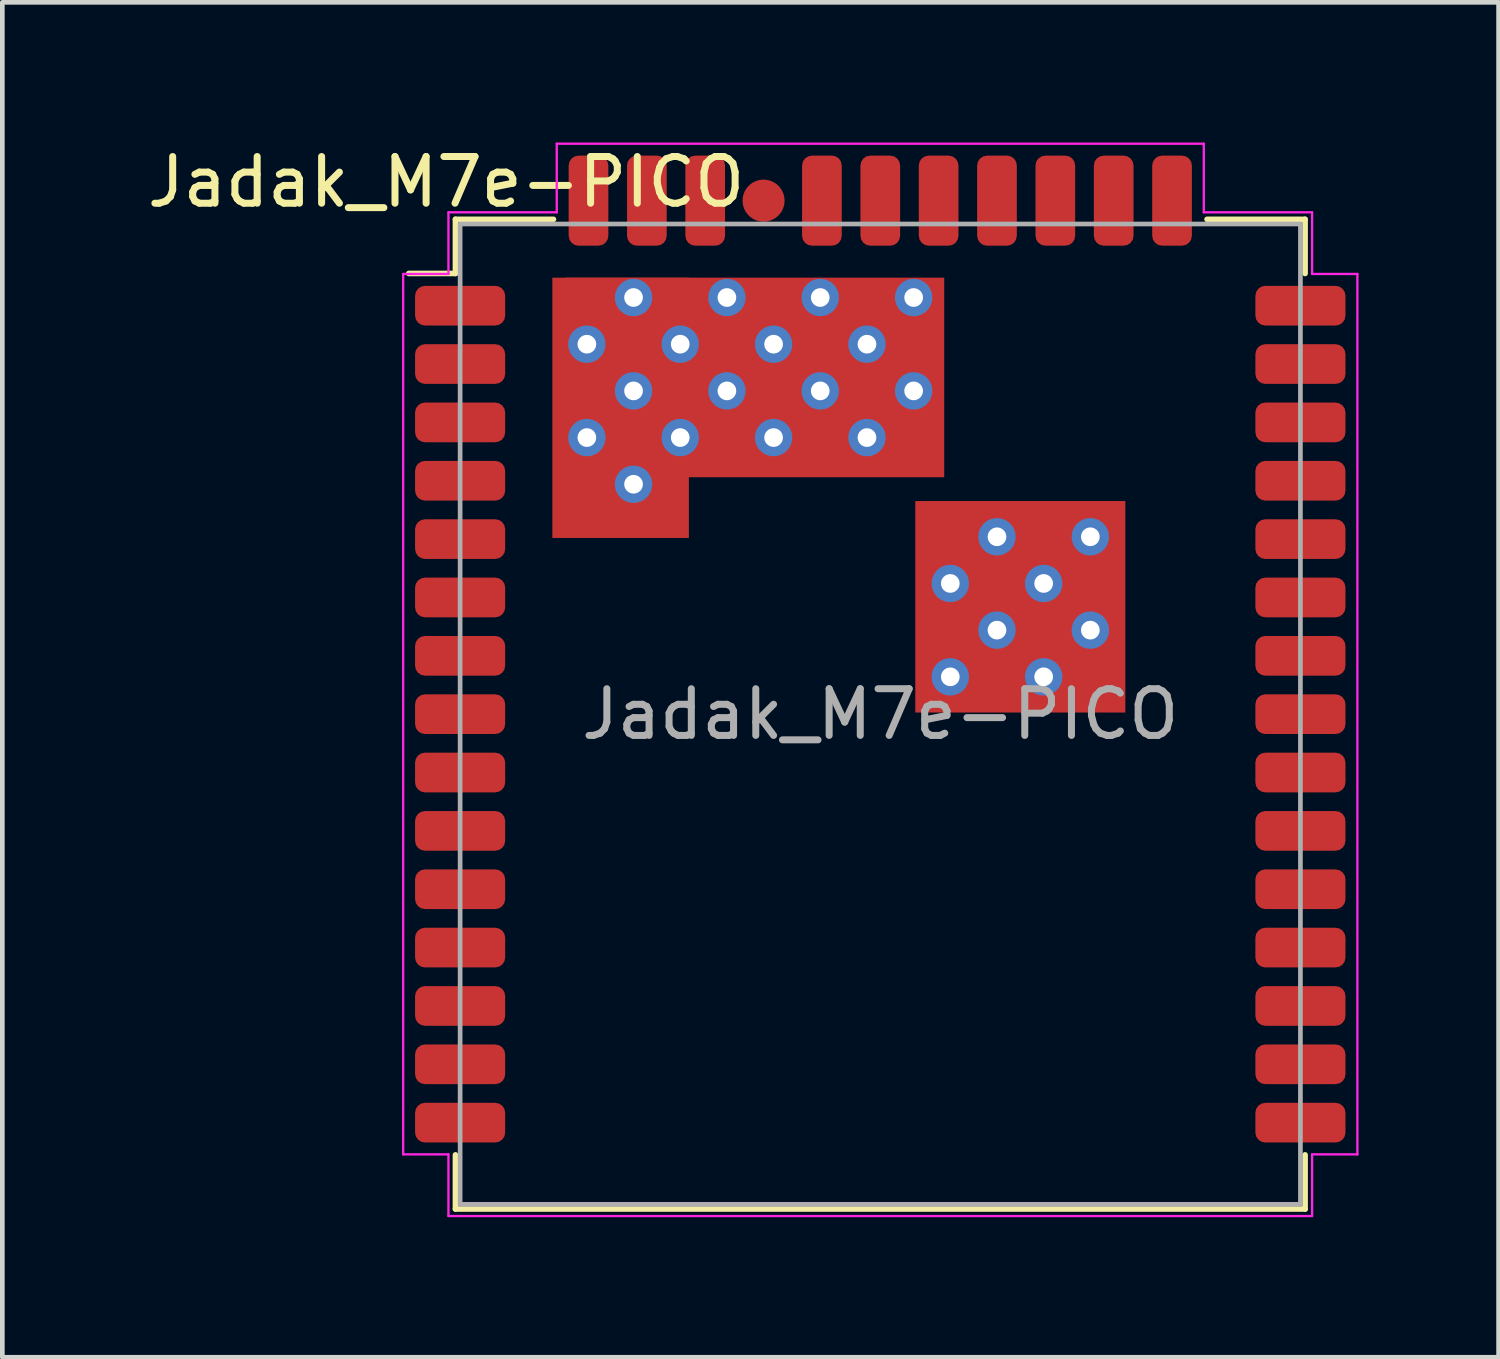
<source format=kicad_pcb>
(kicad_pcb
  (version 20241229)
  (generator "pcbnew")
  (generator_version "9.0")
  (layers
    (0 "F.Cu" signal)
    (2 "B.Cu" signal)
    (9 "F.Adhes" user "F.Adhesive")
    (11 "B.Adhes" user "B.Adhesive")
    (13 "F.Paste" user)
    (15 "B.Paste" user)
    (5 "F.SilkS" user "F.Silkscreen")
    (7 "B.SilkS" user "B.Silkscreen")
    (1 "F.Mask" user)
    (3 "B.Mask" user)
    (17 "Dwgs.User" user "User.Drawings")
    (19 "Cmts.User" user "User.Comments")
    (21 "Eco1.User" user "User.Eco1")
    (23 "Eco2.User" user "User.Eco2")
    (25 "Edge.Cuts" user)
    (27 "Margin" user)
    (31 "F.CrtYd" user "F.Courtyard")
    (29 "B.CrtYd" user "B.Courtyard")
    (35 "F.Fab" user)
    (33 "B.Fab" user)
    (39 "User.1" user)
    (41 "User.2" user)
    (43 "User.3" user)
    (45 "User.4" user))
  (footprint "Jadak_M7e-PICO"
    (layer "F.Cu")
    (at 15.806 12.248)
    (property "Reference" "Jadak_M7e-PICO" (at -9.3 -11.4 0) (unlocked yes) (layer "F.SilkS") (effects (font (size 1 1) (thickness 0.15))))
    (attr smd)
    (fp_line (start -9.1 -10.6) (end -9.1 -9.44) (stroke (width 0.12) (type solid)) (layer "F.SilkS"))
    (fp_line (start -9.1 -9.44) (end -10.1 -9.44) (stroke (width 0.12) (type solid)) (layer "F.SilkS"))
    (fp_line (start -9.1 10.6) (end -9.1 9.44) (stroke (width 0.12) (type solid)) (layer "F.SilkS"))
    (fp_line (start -7 -10.6) (end -9.1 -10.6) (stroke (width 0.12) (type solid)) (layer "F.SilkS"))
    (fp_line (start 7 -10.6) (end 9.1 -10.6) (stroke (width 0.12) (type solid)) (layer "F.SilkS"))
    (fp_line (start 9.1 -10.6) (end 9.1 -9.44) (stroke (width 0.12) (type solid)) (layer "F.SilkS"))
    (fp_line (start 9.1 10.6) (end -9.1 10.6) (stroke (width 0.12) (type solid)) (layer "F.SilkS"))
    (fp_line (start 9.1 10.6) (end 9.1 9.44) (stroke (width 0.12) (type solid)) (layer "F.SilkS"))
    (fp_line (start -10.22 9.43) (end -10.22 -9.43) (stroke (width 0.05) (type solid)) (layer "F.CrtYd"))
    (fp_line (start -10.22 9.43) (end -9.25 9.43) (stroke (width 0.05) (type solid)) (layer "F.CrtYd"))
    (fp_line (start -9.25 -10.75) (end -9.25 -9.43) (stroke (width 0.05) (type solid)) (layer "F.CrtYd"))
    (fp_line (start -9.25 -10.75) (end -6.93 -10.75) (stroke (width 0.05) (type solid)) (layer "F.CrtYd"))
    (fp_line (start -9.25 -9.43) (end -10.22 -9.43) (stroke (width 0.05) (type solid)) (layer "F.CrtYd"))
    (fp_line (start -9.25 9.43) (end -9.25 10.75) (stroke (width 0.05) (type solid)) (layer "F.CrtYd"))
    (fp_line (start -9.25 10.75) (end 9.25 10.75) (stroke (width 0.05) (type solid)) (layer "F.CrtYd"))
    (fp_line (start -6.93 -10.75) (end -6.93 -12.22) (stroke (width 0.05) (type solid)) (layer "F.CrtYd"))
    (fp_line (start 6.93 -12.22) (end -6.93 -12.22) (stroke (width 0.05) (type solid)) (layer "F.CrtYd"))
    (fp_line (start 6.93 -10.75) (end 6.93 -12.22) (stroke (width 0.05) (type solid)) (layer "F.CrtYd"))
    (fp_line (start 6.93 -10.75) (end 9.25 -10.75) (stroke (width 0.05) (type solid)) (layer "F.CrtYd"))
    (fp_line (start 9.25 -10.75) (end 9.25 -9.43) (stroke (width 0.05) (type solid)) (layer "F.CrtYd"))
    (fp_line (start 9.25 -9.43) (end 10.22 -9.43) (stroke (width 0.05) (type solid)) (layer "F.CrtYd"))
    (fp_line (start 9.25 9.43) (end 9.25 10.75) (stroke (width 0.05) (type solid)) (layer "F.CrtYd"))
    (fp_line (start 10.22 -9.43) (end 10.22 9.43) (stroke (width 0.05) (type solid)) (layer "F.CrtYd"))
    (fp_line (start 10.22 9.43) (end 9.25 9.43) (stroke (width 0.05) (type solid)) (layer "F.CrtYd"))
    (fp_rect (start -9 -10.5) (end 9 10.5) (stroke (width 0.1) (type solid)) (fill no) (layer "F.Fab"))
    (fp_text user "${REFERENCE}" (at 0 0 0) (unlocked yes) (layer "F.Fab") (effects (font (size 1 1) (thickness 0.15))))
    (pad "" smd roundrect (at -6.285 -8.825) (size 0.95 0.75) (layers "F.Paste") (roundrect_rratio 0.25))
    (pad "" smd roundrect (at -6.285 -6.925) (size 0.95 0.95) (layers "F.Paste") (roundrect_rratio 0.25))
    (pad "" smd roundrect (at -6.285 -4.925) (size 0.95 0.95) (layers "F.Paste") (roundrect_rratio 0.25))
    (pad "" smd roundrect (at -6.285 -4.4) (size 0.95 0.95) (layers "F.Paste") (roundrect_rratio 0.25))
    (pad "" smd roundrect (at -5.563 -4.162) (size 2.395 0.475) (layers "F.Paste") (roundrect_rratio 0.5))
    (pad "" smd roundrect (at -5.285 -7.925) (size 0.95 0.95) (layers "F.Paste") (roundrect_rratio 0.25))
    (pad "" smd roundrect (at -5.285 -5.925) (size 0.95 0.95) (layers "F.Paste") (roundrect_rratio 0.25))
    (pad "" smd roundrect (at -4.563 -4.662) (size 0.395 1.475) (layers "F.Paste") (roundrect_rratio 0.5))
    (pad "" smd roundrect (at -4.285 -8.825) (size 0.95 0.75) (layers "F.Paste") (roundrect_rratio 0.25))
    (pad "" smd roundrect (at -4.285 -6.925) (size 0.95 0.95) (layers "F.Paste") (roundrect_rratio 0.25))
    (pad "" smd roundrect (at -3.285 -7.925) (size 0.95 0.95) (layers "F.Paste") (roundrect_rratio 0.25))
    (pad "" smd roundrect (at -3.285 -5.925) (size 0.95 0.95) (layers "F.Paste") (roundrect_rratio 0.25))
    (pad "" smd roundrect (at -2.285 -8.825) (size 0.95 0.75) (layers "F.Paste") (roundrect_rratio 0.25))
    (pad "" smd roundrect (at -2.285 -6.925) (size 0.95 0.95) (layers "F.Paste") (roundrect_rratio 0.25))
    (pad "" smd roundrect (at -1.286 -7.925) (size 0.95 0.95) (layers "F.Paste") (roundrect_rratio 0.25))
    (pad "" smd roundrect (at -1.286 -5.925) (size 0.95 0.95) (layers "F.Paste") (roundrect_rratio 0.25))
    (pad "" smd roundrect (at -0.285 -8.825) (size 0.95 0.75) (layers "F.Paste") (roundrect_rratio 0.25))
    (pad "" smd roundrect (at -0.285 -6.925) (size 0.95 0.95) (layers "F.Paste") (roundrect_rratio 0.25))
    (pad "" smd roundrect (at 0.715 -7.925) (size 0.95 0.95) (layers "F.Paste") (roundrect_rratio 0.25))
    (pad "" smd roundrect (at 0.715 -5.925) (size 0.95 0.95) (layers "F.Paste") (roundrect_rratio 0.25))
    (pad "" smd roundrect (at 1.5 -3.8) (size 0.95 0.95) (layers "F.Paste") (roundrect_rratio 0.25))
    (pad "" smd roundrect (at 1.5 -1.8) (size 0.95 0.95) (layers "F.Paste") (roundrect_rratio 0.25))
    (pad "" smd roundrect (at 2.5 -2.8) (size 0.95 0.95) (layers "F.Paste") (roundrect_rratio 0.25))
    (pad "" smd roundrect (at 2.5 -0.8) (size 0.95 0.95) (layers "F.Paste") (roundrect_rratio 0.25))
    (pad "" smd roundrect (at 3.5 -3.8) (size 0.95 0.95) (layers "F.Paste") (roundrect_rratio 0.25))
    (pad "" smd roundrect (at 3.5 -1.8) (size 0.95 0.95) (layers "F.Paste") (roundrect_rratio 0.25))
    (pad "" smd roundrect (at 4.5 -2.8) (size 0.95 0.95) (layers "F.Paste") (roundrect_rratio 0.25))
    (pad "" smd roundrect (at 4.5 -0.8) (size 0.95 0.95) (layers "F.Paste") (roundrect_rratio 0.25))
    (pad "1" smd roundrect (at -9 -8.75) (size 1.93 0.85) (layers "F.Cu" "F.Mask" "F.Paste") (roundrect_rratio 0.25))
    (pad "2" smd roundrect (at -9 -7.5) (size 1.93 0.85) (layers "F.Cu" "F.Mask" "F.Paste") (roundrect_rratio 0.25))
    (pad "3" smd roundrect (at -9 -6.25) (size 1.93 0.85) (layers "F.Cu" "F.Mask" "F.Paste") (roundrect_rratio 0.25))
    (pad "4" smd roundrect (at -9 -5) (size 1.93 0.85) (layers "F.Cu" "F.Mask" "F.Paste") (roundrect_rratio 0.25))
    (pad "5" smd roundrect (at -9 -3.75) (size 1.93 0.85) (layers "F.Cu" "F.Mask" "F.Paste") (roundrect_rratio 0.25))
    (pad "6" smd roundrect (at -9 -2.5) (size 1.93 0.85) (layers "F.Cu" "F.Mask" "F.Paste") (roundrect_rratio 0.25))
    (pad "7" smd roundrect (at -9 -1.25) (size 1.93 0.85) (layers "F.Cu" "F.Mask" "F.Paste") (roundrect_rratio 0.25))
    (pad "8" smd roundrect (at -9 0) (size 1.93 0.85) (layers "F.Cu" "F.Mask" "F.Paste") (roundrect_rratio 0.25))
    (pad "9" smd roundrect (at -9 1.25) (size 1.93 0.85) (layers "F.Cu" "F.Mask" "F.Paste") (roundrect_rratio 0.25))
    (pad "10" smd roundrect (at -9 2.5) (size 1.93 0.85) (layers "F.Cu" "F.Mask" "F.Paste") (roundrect_rratio 0.25))
    (pad "11" smd roundrect (at -9 3.75) (size 1.93 0.85) (layers "F.Cu" "F.Mask" "F.Paste") (roundrect_rratio 0.25))
    (pad "12" smd roundrect (at -9 5) (size 1.93 0.85) (layers "F.Cu" "F.Mask" "F.Paste") (roundrect_rratio 0.25))
    (pad "13" smd roundrect (at -9 6.25) (size 1.93 0.85) (layers "F.Cu" "F.Mask" "F.Paste") (roundrect_rratio 0.25))
    (pad "14" smd roundrect (at -9 7.5) (size 1.93 0.85) (layers "F.Cu" "F.Mask" "F.Paste") (roundrect_rratio 0.25))
    (pad "15" smd roundrect (at -9 8.75) (size 1.93 0.85) (layers "F.Cu" "F.Mask" "F.Paste") (roundrect_rratio 0.25))
    (pad "16" smd roundrect (at 9 8.75) (size 1.93 0.85) (layers "F.Cu" "F.Mask" "F.Paste") (roundrect_rratio 0.25))
    (pad "17" smd roundrect (at 9 7.5) (size 1.93 0.85) (layers "F.Cu" "F.Mask" "F.Paste") (roundrect_rratio 0.25))
    (pad "18" smd roundrect (at 9 6.25) (size 1.93 0.85) (layers "F.Cu" "F.Mask" "F.Paste") (roundrect_rratio 0.25))
    (pad "19" smd roundrect (at 9 5) (size 1.93 0.85) (layers "F.Cu" "F.Mask" "F.Paste") (roundrect_rratio 0.25))
    (pad "20" smd roundrect (at 9 3.75) (size 1.93 0.85) (layers "F.Cu" "F.Mask" "F.Paste") (roundrect_rratio 0.25))
    (pad "21" smd roundrect (at 9 2.5) (size 1.93 0.85) (layers "F.Cu" "F.Mask" "F.Paste") (roundrect_rratio 0.25))
    (pad "22" smd roundrect (at 9 1.25) (size 1.93 0.85) (layers "F.Cu" "F.Mask" "F.Paste") (roundrect_rratio 0.25))
    (pad "23" smd roundrect (at 9 0) (size 1.93 0.85) (layers "F.Cu" "F.Mask" "F.Paste") (roundrect_rratio 0.25))
    (pad "24" smd roundrect (at 9 -1.25) (size 1.93 0.85) (layers "F.Cu" "F.Mask" "F.Paste") (roundrect_rratio 0.25))
    (pad "25" smd roundrect (at 9 -2.5) (size 1.93 0.85) (layers "F.Cu" "F.Mask" "F.Paste") (roundrect_rratio 0.25))
    (pad "26" smd roundrect (at 9 -3.75) (size 1.93 0.85) (layers "F.Cu" "F.Mask" "F.Paste") (roundrect_rratio 0.25))
    (pad "27" smd roundrect (at 9 -5) (size 1.93 0.85) (layers "F.Cu" "F.Mask" "F.Paste") (roundrect_rratio 0.25))
    (pad "28" smd roundrect (at 9 -6.25) (size 1.93 0.85) (layers "F.Cu" "F.Mask" "F.Paste") (roundrect_rratio 0.25))
    (pad "29" smd roundrect (at 9 -7.5) (size 1.93 0.85) (layers "F.Cu" "F.Mask" "F.Paste") (roundrect_rratio 0.25))
    (pad "30" smd roundrect (at 9 -8.75) (size 1.93 0.85) (layers "F.Cu" "F.Mask" "F.Paste") (roundrect_rratio 0.25))
    (pad "31" smd roundrect (at 6.25 -11 90) (size 1.93 0.85) (layers "F.Cu" "F.Mask" "F.Paste") (roundrect_rratio 0.25))
    (pad "32" smd roundrect (at 5 -11 90) (size 1.93 0.85) (layers "F.Cu" "F.Mask" "F.Paste") (roundrect_rratio 0.25))
    (pad "33" smd roundrect (at 3.75 -11 90) (size 1.93 0.85) (layers "F.Cu" "F.Mask" "F.Paste") (roundrect_rratio 0.25))
    (pad "34" smd roundrect (at 2.5 -11 90) (size 1.93 0.85) (layers "F.Cu" "F.Mask" "F.Paste") (roundrect_rratio 0.25))
    (pad "35" smd roundrect (at 1.25 -11 90) (size 1.93 0.85) (layers "F.Cu" "F.Mask" "F.Paste") (roundrect_rratio 0.25))
    (pad "36" smd roundrect (at 0 -11 90) (size 1.93 0.85) (layers "F.Cu" "F.Mask" "F.Paste") (roundrect_rratio 0.25))
    (pad "37" smd roundrect (at -1.25 -11 90) (size 1.93 0.85) (layers "F.Cu" "F.Mask" "F.Paste") (roundrect_rratio 0.25))
    (pad "38" smd circle (at -2.5 -11 90) (size 0.9 0.9) (layers "F.Cu" "F.Mask" "F.Paste"))
    (pad "39" smd roundrect (at -3.75 -11 90) (size 1.93 0.85) (layers "F.Cu" "F.Mask" "F.Paste") (roundrect_rratio 0.25))
    (pad "40" smd roundrect (at -5 -11 90) (size 1.93 0.85) (layers "F.Cu" "F.Mask" "F.Paste") (roundrect_rratio 0.25))
    (pad "41" smd roundrect (at -6.25 -11 90) (size 1.93 0.85) (layers "F.Cu" "F.Mask" "F.Paste") (roundrect_rratio 0.25))
    (pad "PAD1" thru_hole circle (at -6.285 -7.925) (size 0.8 0.8) (drill 0.4) (layers "*.Cu" "*.Mask"))
    (pad "PAD1" thru_hole circle (at -6.285 -5.925) (size 0.8 0.8) (drill 0.4) (layers "*.Cu" "*.Mask"))
    (pad "PAD1" smd rect (at -5.562 -6.562) (size 2.925 5.575) (layers "F.Cu" "F.Mask"))
    (pad "PAD1" thru_hole circle (at -5.285 -8.925) (size 0.8 0.8) (drill 0.4) (layers "*.Cu" "*.Mask"))
    (pad "PAD1" thru_hole circle (at -5.285 -6.925) (size 0.8 0.8) (drill 0.4) (layers "*.Cu" "*.Mask"))
    (pad "PAD1" thru_hole circle (at -5.285 -4.925) (size 0.8 0.8) (drill 0.4) (layers "*.Cu" "*.Mask"))
    (pad "PAD1" thru_hole circle (at -4.285 -7.925) (size 0.8 0.8) (drill 0.4) (layers "*.Cu" "*.Mask"))
    (pad "PAD1" thru_hole circle (at -4.285 -5.925) (size 0.8 0.8) (drill 0.4) (layers "*.Cu" "*.Mask"))
    (pad "PAD1" thru_hole circle (at -3.285 -8.925) (size 0.8 0.8) (drill 0.4) (layers "*.Cu" "*.Mask"))
    (pad "PAD1" thru_hole circle (at -3.285 -6.925) (size 0.8 0.8) (drill 0.4) (layers "*.Cu" "*.Mask"))
    (pad "PAD1" smd rect (at -2.69 -7.213) (size 8.12 4.275) (layers "F.Cu" "F.Mask"))
    (pad "PAD1" thru_hole circle (at -2.285 -7.925) (size 0.8 0.8) (drill 0.4) (layers "*.Cu" "*.Mask"))
    (pad "PAD1" thru_hole circle (at -2.285 -5.925) (size 0.8 0.8) (drill 0.4) (layers "*.Cu" "*.Mask"))
    (pad "PAD1" thru_hole circle (at -1.286 -8.925) (size 0.8 0.8) (drill 0.4) (layers "*.Cu" "*.Mask"))
    (pad "PAD1" thru_hole circle (at -1.286 -6.925) (size 0.8 0.8) (drill 0.4) (layers "*.Cu" "*.Mask"))
    (pad "PAD1" thru_hole circle (at -0.285 -7.925) (size 0.8 0.8) (drill 0.4) (layers "*.Cu" "*.Mask"))
    (pad "PAD1" thru_hole circle (at -0.285 -5.925) (size 0.8 0.8) (drill 0.4) (layers "*.Cu" "*.Mask"))
    (pad "PAD1" thru_hole circle (at 0.715 -8.925) (size 0.8 0.8) (drill 0.4) (layers "*.Cu" "*.Mask"))
    (pad "PAD1" thru_hole circle (at 0.715 -6.925) (size 0.8 0.8) (drill 0.4) (layers "*.Cu" "*.Mask"))
    (pad "PAD2" thru_hole circle (at 1.5 -2.8) (size 0.8 0.8) (drill 0.4) (layers "*.Cu" "*.Mask"))
    (pad "PAD2" thru_hole circle (at 1.5 -0.8) (size 0.8 0.8) (drill 0.4) (layers "*.Cu" "*.Mask"))
    (pad "PAD2" thru_hole circle (at 2.5 -3.8) (size 0.8 0.8) (drill 0.4) (layers "*.Cu" "*.Mask"))
    (pad "PAD2" thru_hole circle (at 2.5 -1.8) (size 0.8 0.8) (drill 0.4) (layers "*.Cu" "*.Mask"))
    (pad "PAD2" smd rect (at 3 -2.3) (size 4.5 4.53) (layers "F.Cu" "F.Mask"))
    (pad "PAD2" thru_hole circle (at 3.5 -2.8) (size 0.8 0.8) (drill 0.4) (layers "*.Cu" "*.Mask"))
    (pad "PAD2" thru_hole circle (at 3.5 -0.8) (size 0.8 0.8) (drill 0.4) (layers "*.Cu" "*.Mask"))
    (pad "PAD2" thru_hole circle (at 4.5 -3.8) (size 0.8 0.8) (drill 0.4) (layers "*.Cu" "*.Mask"))
    (pad "PAD2" thru_hole circle (at 4.5 -1.8) (size 0.8 0.8) (drill 0.4) (layers "*.Cu" "*.Mask"))
    (zone (net_name "") (layer "F.Cu") (hatch edge 0.508) (connect_pads) (min_thickness 0.254) (filled_areas_thickness no) (keepout (tracks not_allowed) (vias not_allowed) (pads not_allowed) (copperpour not_allowed) (footprints allowed)) (placement (enabled no)) (fill) (polygon (pts (xy 16.156 7.248) (xy 16.156 7.598) (xy 17.576 7.598) (xy 17.576 7.248))))
    (zone (net_name "") (layer "F.Cu") (hatch edge 0.508) (connect_pads) (min_thickness 0.254) (filled_areas_thickness no) (keepout (tracks not_allowed) (vias not_allowed) (pads not_allowed) (copperpour not_allowed) (footprints allowed)) (placement (enabled no)) (fill) (polygon (pts (xy 23.441 2.613) (xy 23.441 22.748) (xy 8.161 22.743) (xy 8.171 8.873) (xy 12.106 8.873) (xy 12.106 7.573) (xy 16.156 7.573) (xy 16.156 12.683) (xy 21.456 12.683) (xy 21.456 7.283) (xy 17.576 7.278) (xy 17.571 2.608)))))
  (gr_rect
    (start -3 -3)
    (end 29.051 26.023)
    (stroke (width 0.1) (type default))
    (fill no)
    (layer "Edge.Cuts")))
</source>
